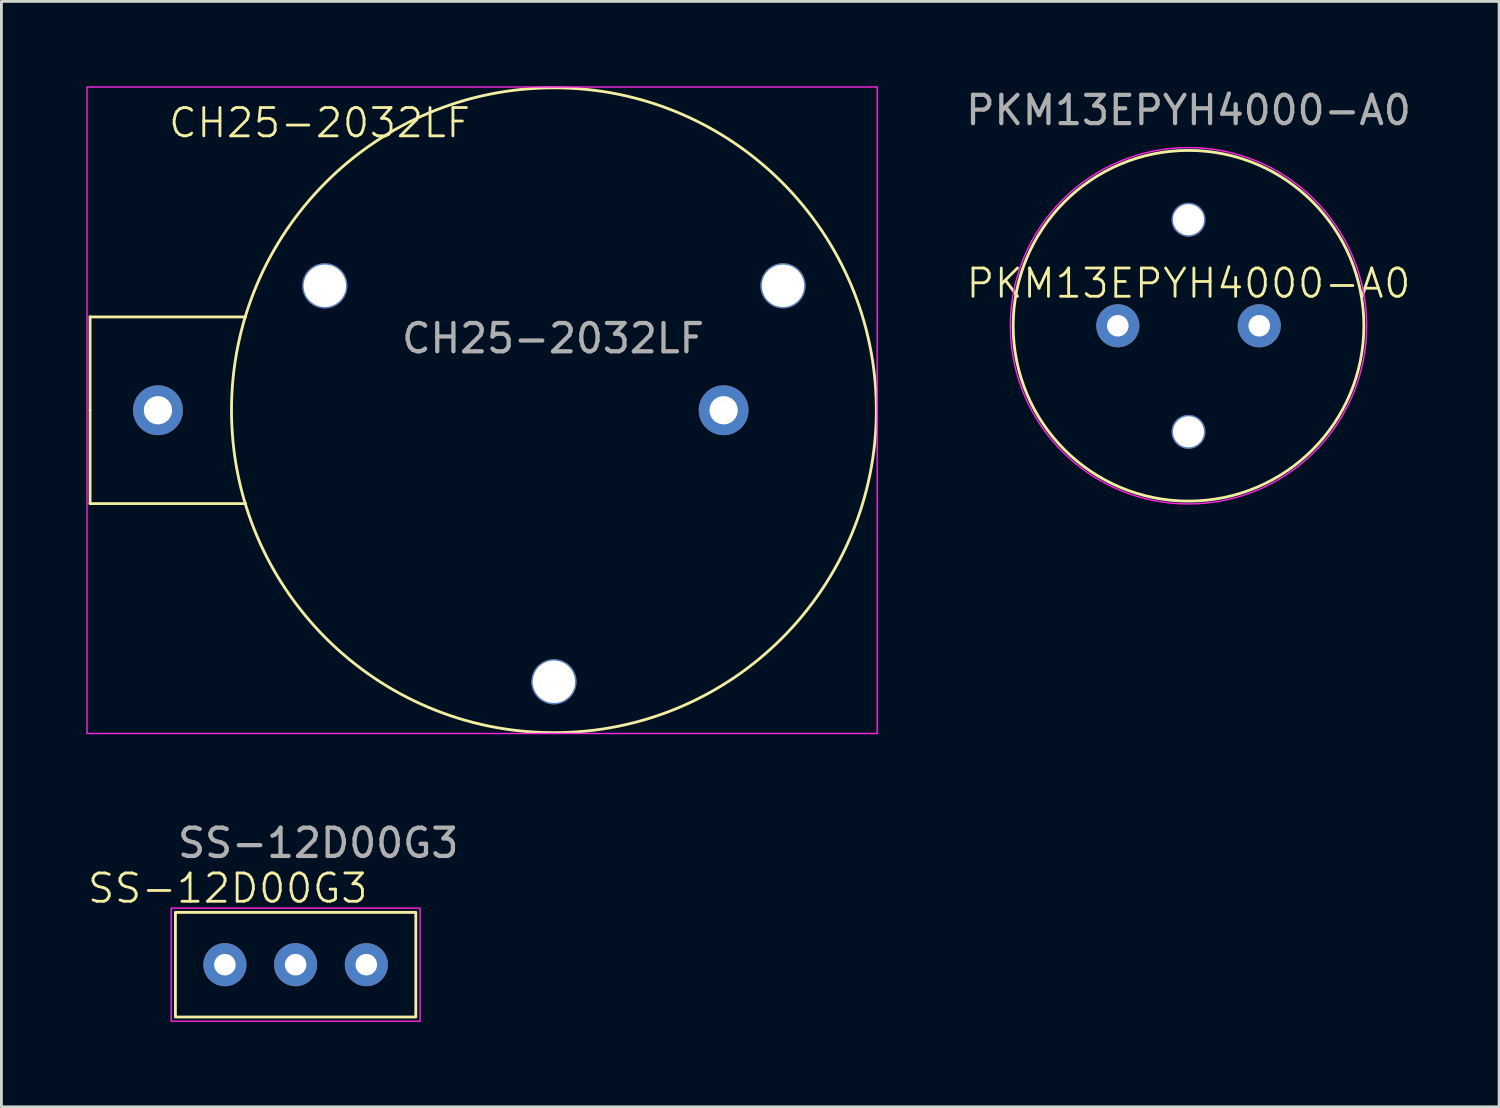
<source format=kicad_pcb>
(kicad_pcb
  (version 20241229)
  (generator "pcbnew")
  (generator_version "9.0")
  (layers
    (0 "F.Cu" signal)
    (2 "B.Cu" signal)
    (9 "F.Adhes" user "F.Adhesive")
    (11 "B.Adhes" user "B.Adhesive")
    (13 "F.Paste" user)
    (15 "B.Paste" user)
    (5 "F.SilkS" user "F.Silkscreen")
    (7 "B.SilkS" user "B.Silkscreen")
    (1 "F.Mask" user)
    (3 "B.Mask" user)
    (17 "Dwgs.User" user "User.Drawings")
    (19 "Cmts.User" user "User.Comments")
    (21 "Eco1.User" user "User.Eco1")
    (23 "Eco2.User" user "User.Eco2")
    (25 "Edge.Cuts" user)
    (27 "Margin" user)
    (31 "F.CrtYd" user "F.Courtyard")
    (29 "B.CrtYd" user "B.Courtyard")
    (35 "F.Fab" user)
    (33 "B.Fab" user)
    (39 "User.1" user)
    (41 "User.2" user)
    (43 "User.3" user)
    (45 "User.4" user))
  (footprint "PKM13EPYH4000-A0"
    (layer "F.Cu")
    (at 38.972 8.468)
    (property "Reference" "PKM13EPYH4000-A0" (at 0 -1.5 0) (unlocked yes) (layer "F.SilkS") (effects (font (size 1 1) (thickness 0.1))))
    (attr through_hole)
    (fp_circle (center 0 0) (end 6.2 0) (stroke (width 0.1) (type default)) (fill no) (layer "F.SilkS"))
    (fp_circle (center 0 0) (end 6.3 0) (stroke (width 0.05) (type default)) (fill no) (layer "F.CrtYd"))
    (fp_text user "${REFERENCE}" (at 0 -7.62 0) (unlocked yes) (layer "F.Fab") (effects (font (size 1 1) (thickness 0.15))))
    (pad "" np_thru_hole circle (at 0 -3.75) (size 1.2 1.2) (drill 1.1) (layers "*.Cu" "*.Mask"))
    (pad "" np_thru_hole circle (at 0 3.75) (size 1.2 1.2) (drill 1.1) (layers "*.Cu" "*.Mask"))
    (pad "1" thru_hole circle (at -2.5 0) (size 1.524 1.524) (drill 0.762) (layers "*.Cu" "*.Mask"))
    (pad "2" thru_hole circle (at 2.5 0) (size 1.524 1.524) (drill 0.762) (layers "*.Cu" "*.Mask")))
  (footprint "SS-12D00G3"
    (layer "F.Cu")
    (at 7.402 31.058)
    (property "Reference" "SS-12D00G3" (at -2.4 -2.7 0) (unlocked yes) (layer "F.SilkS") (effects (font (size 1 1) (thickness 0.1))))
    (attr through_hole)
    (fp_rect (start 4.25 -1.85) (end -4.25 1.85) (stroke (width 0.1) (type default)) (fill no) (layer "F.SilkS"))
    (fp_rect (start -4.4 -2) (end 4.4 2) (stroke (width 0.05) (type default)) (fill no) (layer "F.CrtYd"))
    (fp_text user "${REFERENCE}" (at 0.8 -4.3 0) (unlocked yes) (layer "F.Fab") (effects (font (size 1 1) (thickness 0.15))))
    (pad "1" thru_hole circle (at -2.5 0) (size 1.524 1.524) (drill 0.762) (layers "*.Cu" "*.Mask"))
    (pad "2" thru_hole circle (at 0 0) (size 1.524 1.524) (drill 0.762) (layers "*.Cu" "*.Mask"))
    (pad "3" thru_hole circle (at 2.5 0) (size 1.524 1.524) (drill 0.762) (layers "*.Cu" "*.Mask")))
  (footprint "CH25-2032LF"
    (layer "F.Cu")
    (at 2.535 11.455)
    (property "Reference" "CH25-2032LF" (at 5.715 -10.16 0) (unlocked yes) (layer "F.SilkS") (effects (font (size 1 1) (thickness 0.1))))
    (attr through_hole)
    (fp_line (start -2.4 -3.3) (end 3.1 -3.3) (stroke (width 0.1) (type default)) (layer "F.SilkS"))
    (fp_line (start -2.4 0) (end -2.4 -3.3) (stroke (width 0.1) (type default)) (layer "F.SilkS"))
    (fp_line (start -2.4 0) (end -2.4 3.3) (stroke (width 0.1) (type default)) (layer "F.SilkS"))
    (fp_line (start -2.4 3.3) (end 3.1 3.3) (stroke (width 0.1) (type default)) (layer "F.SilkS"))
    (fp_circle (center 14 0) (end 25.4 0) (stroke (width 0.1) (type default)) (fill no) (layer "F.SilkS"))
    (fp_rect (start -2.51 -11.43) (end 25.43 11.43) (stroke (width 0.05) (type default)) (fill no) (layer "F.CrtYd"))
    (fp_text user "${REFERENCE}" (at 13.97 -2.54 0) (unlocked yes) (layer "F.Fab") (effects (font (size 1 1) (thickness 0.15))))
    (pad "" np_thru_hole circle (at 5.9 -4.4) (size 1.6 1.6) (drill 1.5) (layers "*.Cu" "*.Mask"))
    (pad "" np_thru_hole circle (at 14 9.6) (size 1.6 1.6) (drill 1.5) (layers "*.Cu" "*.Mask"))
    (pad "" np_thru_hole circle (at 22.1 -4.4) (size 1.6 1.6) (drill 1.5) (layers "*.Cu" "*.Mask"))
    (pad "1" thru_hole circle (at 0 0) (size 1.762 1.762) (drill 1) (layers "*.Cu" "*.Mask"))
    (pad "2" thru_hole circle (at 20 0) (size 1.762 1.762) (drill 1) (layers "*.Cu" "*.Mask")))
  (gr_rect
    (start -3 -3)
    (end 49.954 36.083)
    (stroke (width 0.1) (type default))
    (fill no)
    (layer "Edge.Cuts")))
</source>
